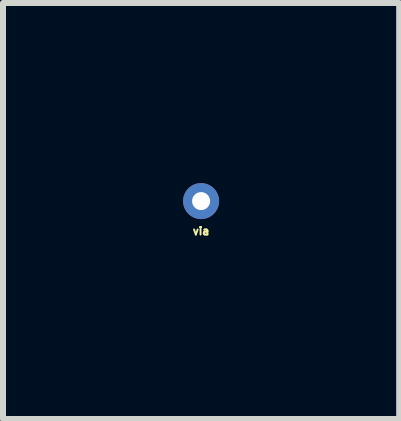
<source format=kicad_pcb>
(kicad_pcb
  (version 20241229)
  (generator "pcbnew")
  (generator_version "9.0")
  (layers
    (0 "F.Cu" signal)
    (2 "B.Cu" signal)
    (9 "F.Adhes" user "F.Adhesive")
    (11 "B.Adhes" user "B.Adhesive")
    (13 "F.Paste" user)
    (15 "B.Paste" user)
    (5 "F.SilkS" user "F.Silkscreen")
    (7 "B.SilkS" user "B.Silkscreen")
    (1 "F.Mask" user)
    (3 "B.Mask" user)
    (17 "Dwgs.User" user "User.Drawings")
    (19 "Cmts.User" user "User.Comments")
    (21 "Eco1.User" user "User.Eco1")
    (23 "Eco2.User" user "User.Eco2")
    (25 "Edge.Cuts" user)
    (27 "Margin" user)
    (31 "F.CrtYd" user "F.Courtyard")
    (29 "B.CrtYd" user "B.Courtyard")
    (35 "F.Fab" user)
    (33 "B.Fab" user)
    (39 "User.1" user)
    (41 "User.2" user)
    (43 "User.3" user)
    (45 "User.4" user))
  (footprint "via"
    (layer "F.Cu")
    (at 0.3 0.3)
    (property "Reference" "via" (at 0 0.5 0) (layer "F.SilkS") (effects (font (size 0.127 0.127) (thickness 0.032))))
    (attr through_hole)
    (pad "1" thru_hole circle (at 0 0) (size 0.6 0.6) (drill 0.3) (layers "*.Cu")))
  (gr_rect
    (start -3 -3)
    (end 3.6 3.93)
    (stroke (width 0.1) (type default))
    (fill no)
    (layer "Edge.Cuts")))
</source>
